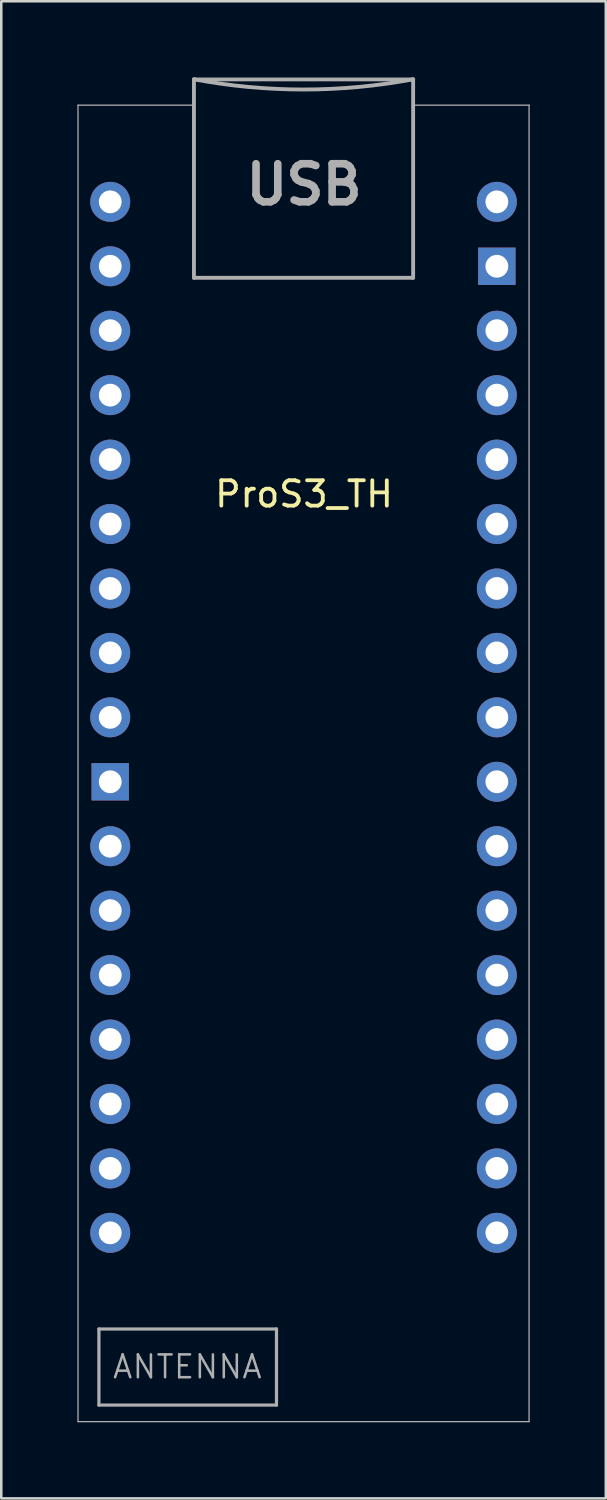
<source format=kicad_pcb>
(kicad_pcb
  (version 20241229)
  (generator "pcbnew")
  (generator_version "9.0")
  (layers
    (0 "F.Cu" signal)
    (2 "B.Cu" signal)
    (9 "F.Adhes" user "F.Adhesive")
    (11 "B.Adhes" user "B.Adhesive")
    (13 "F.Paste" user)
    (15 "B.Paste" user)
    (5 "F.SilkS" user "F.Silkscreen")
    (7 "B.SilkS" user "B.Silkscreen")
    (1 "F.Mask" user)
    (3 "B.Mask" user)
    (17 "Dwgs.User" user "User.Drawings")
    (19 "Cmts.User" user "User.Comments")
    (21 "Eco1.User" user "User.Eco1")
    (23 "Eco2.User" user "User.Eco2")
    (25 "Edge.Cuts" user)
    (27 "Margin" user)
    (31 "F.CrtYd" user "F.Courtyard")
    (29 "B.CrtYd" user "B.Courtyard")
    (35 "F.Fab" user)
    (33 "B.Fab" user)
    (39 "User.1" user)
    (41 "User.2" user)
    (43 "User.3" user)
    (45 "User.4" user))
  (footprint "ProS3_TH"
    (layer "F.Cu")
    (at 8.935 25.226)
    (property "Reference" "ProS3_TH" (at 0 -8.8 0) (unlocked yes) (layer "F.SilkS") (effects (font (size 1 1) (thickness 0.15))))
    (attr through_hole)
    (fp_line (start -8.91 27.762) (end -8.91 -24.13) (stroke (width 0.05) (type solid)) (layer "F.Fab"))
    (fp_line (start -8.91 27.762) (end 8.87 27.762) (stroke (width 0.05) (type solid)) (layer "F.Fab"))
    (fp_line (start -8.086 24.11) (end -1.086 24.11) (stroke (width 0.127) (type solid)) (layer "F.Fab"))
    (fp_line (start -8.086 27.11) (end -8.086 24.11) (stroke (width 0.127) (type solid)) (layer "F.Fab"))
    (fp_line (start -4.41 -24.13) (end -8.91 -24.13) (stroke (width 0.05) (type solid)) (layer "F.Fab"))
    (fp_line (start -4.34 -17.325) (end -4.34 -25.145) (stroke (width 0.152) (type solid)) (layer "F.Fab"))
    (fp_line (start -4.34 -17.315) (end -4.34 -17.325) (stroke (width 0.01) (type solid)) (layer "F.Fab"))
    (fp_line (start -1.086 24.11) (end -1.086 27.11) (stroke (width 0.127) (type solid)) (layer "F.Fab"))
    (fp_line (start -1.086 27.11) (end -8.086 27.11) (stroke (width 0.127) (type solid)) (layer "F.Fab"))
    (fp_line (start 4.3 -25.145) (end -4.34 -25.145) (stroke (width 0.152) (type solid)) (layer "F.Fab"))
    (fp_line (start 4.3 -25.145) (end 4.3 -17.325) (stroke (width 0.152) (type solid)) (layer "F.Fab"))
    (fp_line (start 4.3 -17.325) (end -4.34 -17.325) (stroke (width 0.152) (type solid)) (layer "F.Fab"))
    (fp_line (start 4.3 -17.315) (end 4.3 -17.325) (stroke (width 0.01) (type solid)) (layer "F.Fab"))
    (fp_line (start 8.87 -24.13) (end 4.391 -24.13) (stroke (width 0.05) (type solid)) (layer "F.Fab"))
    (fp_line (start 8.87 -24.13) (end 8.87 27.762) (stroke (width 0.05) (type solid)) (layer "F.Fab"))
    (fp_arc (start 4.3 -25.15) (mid -0.02 -24.747675) (end -4.34 -25.15) (stroke (width 0.1524) (type solid)) (layer "F.Fab"))
    (fp_text user "USB" (at 0 -21 0) (unlocked yes) (layer "F.Fab") (effects (font (size 1.5 1.5) (thickness 0.3))))
    (fp_text user "ANTENNA" (at -4.6 25.6 0) (unlocked yes) (layer "F.Fab") (effects (font (size 0.9 0.9) (thickness 0.1))))
    (pad "1" thru_hole circle (at 7.6 -20.32) (size 1.575 1.575) (drill 0.9) (layers "*.Cu" "*.Mask"))
    (pad "2" thru_hole rect (at 7.6 -17.78) (size 1.473 1.473) (drill 0.9) (layers "*.Cu" "*.Mask"))
    (pad "3" thru_hole circle (at 7.6 -15.24) (size 1.575 1.575) (drill 0.9) (layers "*.Cu" "*.Mask"))
    (pad "4" thru_hole circle (at 7.6 -12.7) (size 1.575 1.575) (drill 0.9) (layers "*.Cu" "*.Mask"))
    (pad "5" thru_hole circle (at 7.6 -10.16) (size 1.575 1.575) (drill 0.9) (layers "*.Cu" "*.Mask"))
    (pad "6" thru_hole circle (at 7.6 -7.62) (size 1.575 1.575) (drill 0.9) (layers "*.Cu" "*.Mask"))
    (pad "7" thru_hole circle (at 7.6 -5.08) (size 1.575 1.575) (drill 0.9) (layers "*.Cu" "*.Mask"))
    (pad "8" thru_hole circle (at 7.6 -2.54) (size 1.575 1.575) (drill 0.9) (layers "*.Cu" "*.Mask"))
    (pad "9" thru_hole circle (at 7.6 0) (size 1.575 1.575) (drill 0.9) (layers "*.Cu" "*.Mask"))
    (pad "10" thru_hole circle (at 7.6 2.54) (size 1.575 1.575) (drill 0.9) (layers "*.Cu" "*.Mask"))
    (pad "11" thru_hole circle (at 7.6 5.08) (size 1.575 1.575) (drill 0.9) (layers "*.Cu" "*.Mask"))
    (pad "12" thru_hole circle (at 7.6 7.62) (size 1.575 1.575) (drill 0.9) (layers "*.Cu" "*.Mask"))
    (pad "13" thru_hole circle (at 7.6 10.16) (size 1.575 1.575) (drill 0.9) (layers "*.Cu" "*.Mask"))
    (pad "14" thru_hole circle (at 7.6 12.7) (size 1.575 1.575) (drill 0.9) (layers "*.Cu" "*.Mask"))
    (pad "15" thru_hole circle (at 7.6 15.24) (size 1.575 1.575) (drill 0.9) (layers "*.Cu" "*.Mask"))
    (pad "16" thru_hole circle (at 7.6 17.78) (size 1.575 1.575) (drill 0.9) (layers "*.Cu" "*.Mask"))
    (pad "17" thru_hole circle (at 7.6 20.32) (size 1.575 1.575) (drill 0.9) (layers "*.Cu" "*.Mask"))
    (pad "18" thru_hole circle (at -7.64 20.32) (size 1.575 1.575) (drill 0.9) (layers "*.Cu" "*.Mask"))
    (pad "19" thru_hole circle (at -7.64 17.78) (size 1.575 1.575) (drill 0.9) (layers "*.Cu" "*.Mask"))
    (pad "20" thru_hole circle (at -7.64 15.24) (size 1.575 1.575) (drill 0.9) (layers "*.Cu" "*.Mask"))
    (pad "21" thru_hole circle (at -7.64 12.7) (size 1.575 1.575) (drill 0.9) (layers "*.Cu" "*.Mask"))
    (pad "22" thru_hole circle (at -7.64 10.16) (size 1.575 1.575) (drill 0.9) (layers "*.Cu" "*.Mask"))
    (pad "23" thru_hole circle (at -7.64 7.62) (size 1.575 1.575) (drill 0.9) (layers "*.Cu" "*.Mask"))
    (pad "24" thru_hole circle (at -7.64 5.08) (size 1.575 1.575) (drill 0.9) (layers "*.Cu" "*.Mask"))
    (pad "25" thru_hole rect (at -7.64 2.54) (size 1.473 1.473) (drill 0.9) (layers "*.Cu" "*.Mask"))
    (pad "26" thru_hole circle (at -7.64 0) (size 1.575 1.575) (drill 0.9) (layers "*.Cu" "*.Mask"))
    (pad "27" thru_hole circle (at -7.64 -2.54) (size 1.575 1.575) (drill 0.9) (layers "*.Cu" "*.Mask"))
    (pad "28" thru_hole circle (at -7.64 -5.08) (size 1.575 1.575) (drill 0.9) (layers "*.Cu" "*.Mask"))
    (pad "29" thru_hole circle (at -7.64 -7.62) (size 1.575 1.575) (drill 0.9) (layers "*.Cu" "*.Mask"))
    (pad "30" thru_hole circle (at -7.64 -10.16) (size 1.575 1.575) (drill 0.9) (layers "*.Cu" "*.Mask"))
    (pad "31" thru_hole circle (at -7.64 -12.7) (size 1.575 1.575) (drill 0.9) (layers "*.Cu" "*.Mask"))
    (pad "32" thru_hole circle (at -7.64 -15.24) (size 1.575 1.575) (drill 0.9) (layers "*.Cu" "*.Mask"))
    (pad "33" thru_hole circle (at -7.64 -17.78) (size 1.575 1.575) (drill 0.9) (layers "*.Cu" "*.Mask"))
    (pad "34" thru_hole circle (at -7.64 -20.32) (size 1.575 1.575) (drill 0.9) (layers "*.Cu" "*.Mask")))
  (gr_rect
    (start -3 -3)
    (end 20.83 56.013)
    (stroke (width 0.1) (type default))
    (fill no)
    (layer "Edge.Cuts")))
</source>
